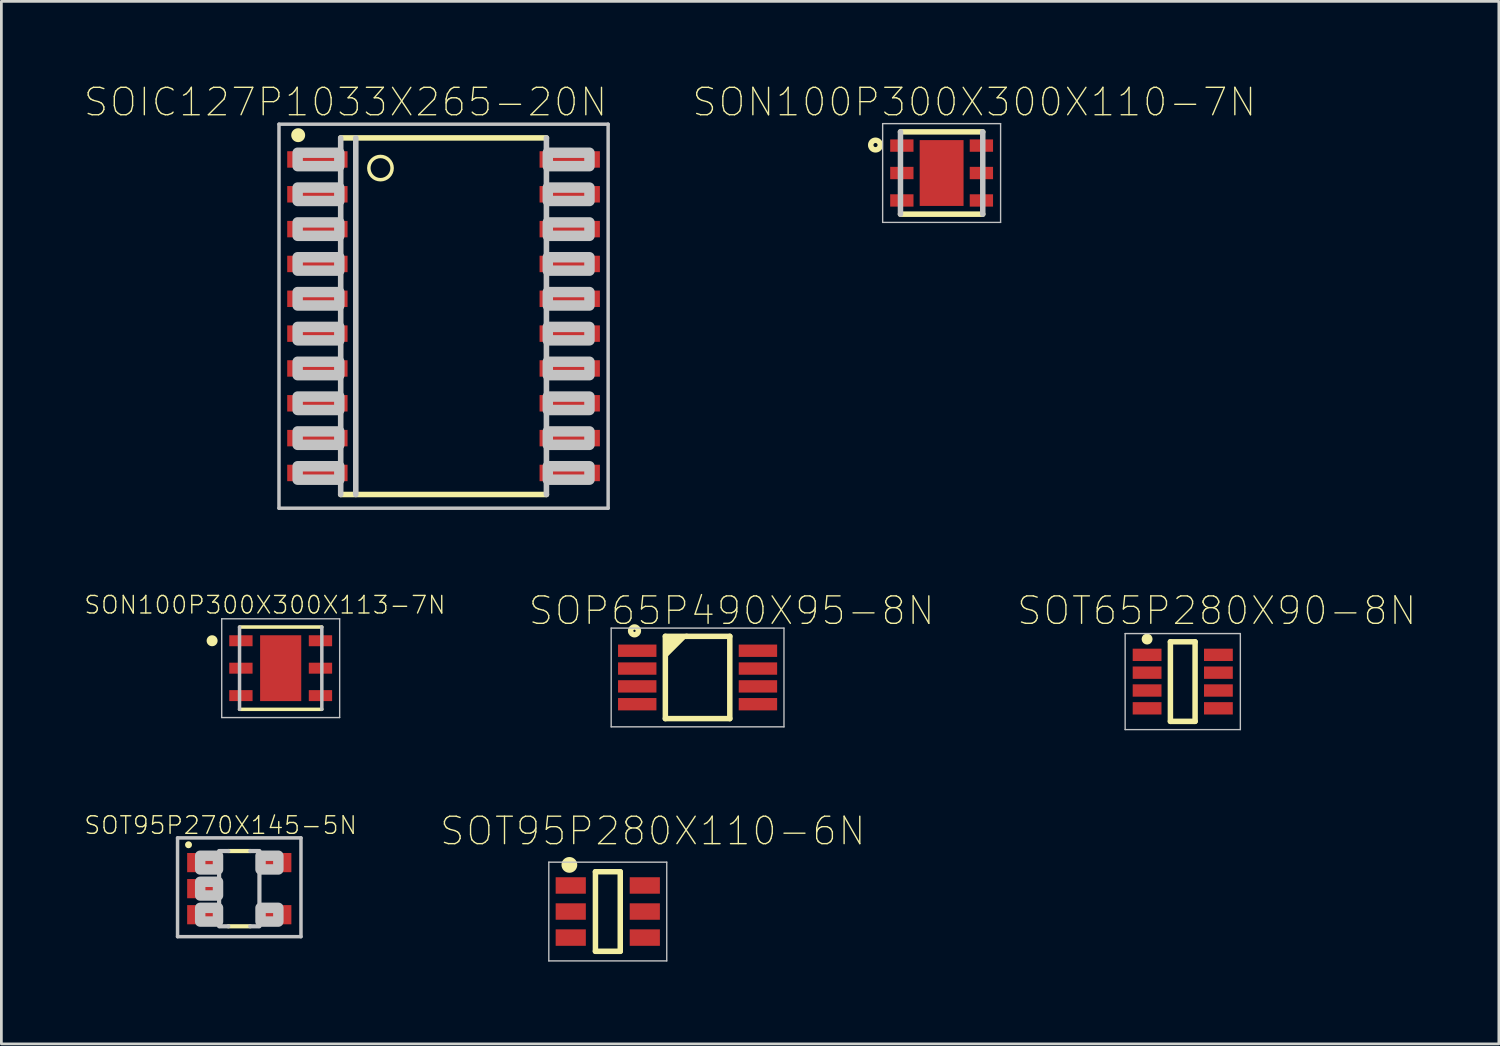
<source format=kicad_pcb>
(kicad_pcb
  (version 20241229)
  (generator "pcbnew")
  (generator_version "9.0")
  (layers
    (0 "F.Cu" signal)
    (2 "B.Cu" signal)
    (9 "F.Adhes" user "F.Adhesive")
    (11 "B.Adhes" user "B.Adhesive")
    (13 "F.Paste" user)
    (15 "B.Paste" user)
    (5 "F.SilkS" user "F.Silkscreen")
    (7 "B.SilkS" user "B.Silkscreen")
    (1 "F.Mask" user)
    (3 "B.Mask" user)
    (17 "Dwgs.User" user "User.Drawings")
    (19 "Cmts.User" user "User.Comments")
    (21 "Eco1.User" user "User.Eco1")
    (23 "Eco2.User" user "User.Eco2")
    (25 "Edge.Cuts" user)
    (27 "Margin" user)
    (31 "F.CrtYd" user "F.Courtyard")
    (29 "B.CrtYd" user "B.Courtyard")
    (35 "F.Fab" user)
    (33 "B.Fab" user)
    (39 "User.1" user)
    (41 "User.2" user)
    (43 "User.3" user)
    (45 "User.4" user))
  (footprint "SOT95P270X145-5N"
    (layer "F.Cu")
    (at 5.673 29.348)
    (property "Reference" "SOT95P270X145-5N" (at -0.679 -2.311 0) (layer "F.SilkS") (effects (font (size 0.64 0.64) (thickness 0.05))))
    (attr smd)
    (fp_line (start -0.4 -1.372) (end 0.4 -1.372) (stroke (width 0.152) (type solid)) (layer "F.SilkS"))
    (fp_line (start 0.4 1.372) (end -0.4 1.372) (stroke (width 0.152) (type solid)) (layer "F.SilkS"))
    (fp_circle (center -1.85 -1.6) (end -1.723 -1.6) (stroke (width 0) (type solid)) (fill yes) (layer "F.SilkS"))
    (fp_line (start -2.25 -1.85) (end -2.25 1.75) (stroke (width 0.127) (type solid)) (layer "Dwgs.User"))
    (fp_line (start -2.25 1.75) (end 2.25 1.75) (stroke (width 0.127) (type solid)) (layer "Dwgs.User"))
    (fp_line (start -0.735 1.372) (end -0.735 -1.372) (stroke (width 0.152) (type solid)) (layer "Dwgs.User"))
    (fp_line (start -0.4 -1.372) (end -0.7 -1.372) (stroke (width 0.152) (type solid)) (layer "Dwgs.User"))
    (fp_line (start -0.4 1.372) (end -0.7 1.372) (stroke (width 0.152) (type solid)) (layer "Dwgs.User"))
    (fp_line (start 0.4 -1.372) (end 0.7 -1.372) (stroke (width 0.152) (type solid)) (layer "Dwgs.User"))
    (fp_line (start 0.4 1.372) (end 0.7 1.372) (stroke (width 0.152) (type solid)) (layer "Dwgs.User"))
    (fp_line (start 0.735 -1.372) (end 0.735 1.372) (stroke (width 0.152) (type solid)) (layer "Dwgs.User"))
    (fp_line (start 2.25 -1.85) (end -2.25 -1.85) (stroke (width 0.127) (type solid)) (layer "Dwgs.User"))
    (fp_line (start 2.25 1.75) (end 2.25 -1.85) (stroke (width 0.127) (type solid)) (layer "Dwgs.User"))
    (fp_poly (pts (xy -0.775 -1.2) (xy -0.775 -0.7) (xy -1.425 -0.7) (xy -1.425 -1.2)) (stroke (width 0.381) (type solid)) (fill no) (layer "Dwgs.User"))
    (fp_poly (pts (xy -0.775 -0.25) (xy -0.775 0.25) (xy -1.425 0.25) (xy -1.425 -0.25)) (stroke (width 0.381) (type solid)) (fill no) (layer "Dwgs.User"))
    (fp_poly (pts (xy -0.775 0.7) (xy -0.775 1.2) (xy -1.425 1.2) (xy -1.425 0.7)) (stroke (width 0.381) (type solid)) (fill no) (layer "Dwgs.User"))
    (fp_poly (pts (xy 1.425 -1.2) (xy 1.425 -0.7) (xy 0.775 -0.7) (xy 0.775 -1.2)) (stroke (width 0.381) (type solid)) (fill no) (layer "Dwgs.User"))
    (fp_poly (pts (xy 1.425 0.7) (xy 1.425 1.2) (xy 0.775 1.2) (xy 0.775 0.7)) (stroke (width 0.381) (type solid)) (fill no) (layer "Dwgs.User"))
    (pad "1" smd rect (at -1.3 -0.95 270) (size 0.7 1.2) (layers "F.Cu" "F.Mask" "F.Paste"))
    (pad "2" smd rect (at -1.3 0 270) (size 0.7 1.2) (layers "F.Cu" "F.Mask" "F.Paste"))
    (pad "3" smd rect (at -1.3 0.95 270) (size 0.7 1.2) (layers "F.Cu" "F.Mask" "F.Paste"))
    (pad "4" smd rect (at 1.3 0.95 270) (size 0.7 1.2) (layers "F.Cu" "F.Mask" "F.Paste"))
    (pad "5" smd rect (at 1.3 -0.95 270) (size 0.7 1.2) (layers "F.Cu" "F.Mask" "F.Paste")))
  (footprint "SOIC127P1033X265-20N"
    (layer "F.Cu")
    (at 13.121 8.478)
    (property "Reference" "SOIC127P1033X265-20N" (at -3.575 -7.805 0) (layer "F.SilkS") (effects (font (size 1 1) (thickness 0.05))))
    (attr smd)
    (fp_line (start -3.75 -6.5) (end 3.75 -6.5) (stroke (width 0.203) (type solid)) (layer "F.SilkS"))
    (fp_line (start -3.75 6.5) (end 3.75 6.5) (stroke (width 0.203) (type solid)) (layer "F.SilkS"))
    (fp_circle (center -5.3 -6.6) (end -5.046 -6.6) (stroke (width 0) (type solid)) (fill yes) (layer "F.SilkS"))
    (fp_circle (center -2.3 -5.4) (end -1.876 -5.4) (stroke (width 0.127) (type solid)) (fill no) (layer "F.SilkS"))
    (fp_line (start -6 -7) (end 6 -7) (stroke (width 0.127) (type solid)) (layer "Dwgs.User"))
    (fp_line (start -6 7) (end -6 -7) (stroke (width 0.127) (type solid)) (layer "Dwgs.User"))
    (fp_line (start -3.75 6.5) (end -3.75 -6.5) (stroke (width 0.203) (type solid)) (layer "Dwgs.User"))
    (fp_line (start -3.2 6.5) (end -3.2 -6.5) (stroke (width 0.203) (type solid)) (layer "Dwgs.User"))
    (fp_line (start 3.75 -6.5) (end 3.75 6.5) (stroke (width 0.203) (type solid)) (layer "Dwgs.User"))
    (fp_line (start 6 -7) (end 6 7) (stroke (width 0.127) (type solid)) (layer "Dwgs.User"))
    (fp_line (start 6 7) (end -6 7) (stroke (width 0.127) (type solid)) (layer "Dwgs.User"))
    (fp_poly (pts (xy -3.8 -5.96) (xy -3.8 -5.47) (xy -5.32 -5.47) (xy -5.32 -5.96)) (stroke (width 0.381) (type solid)) (fill no) (layer "Dwgs.User"))
    (fp_poly (pts (xy -3.8 -4.69) (xy -3.8 -4.2) (xy -5.32 -4.2) (xy -5.32 -4.69)) (stroke (width 0.381) (type solid)) (fill no) (layer "Dwgs.User"))
    (fp_poly (pts (xy -3.8 -3.42) (xy -3.8 -2.93) (xy -5.32 -2.93) (xy -5.32 -3.42)) (stroke (width 0.381) (type solid)) (fill no) (layer "Dwgs.User"))
    (fp_poly (pts (xy -3.8 -2.15) (xy -3.8 -1.66) (xy -5.32 -1.66) (xy -5.32 -2.15)) (stroke (width 0.381) (type solid)) (fill no) (layer "Dwgs.User"))
    (fp_poly (pts (xy -3.8 -0.88) (xy -3.8 -0.39) (xy -5.32 -0.39) (xy -5.32 -0.88)) (stroke (width 0.381) (type solid)) (fill no) (layer "Dwgs.User"))
    (fp_poly (pts (xy -3.8 0.39) (xy -3.8 0.88) (xy -5.32 0.88) (xy -5.32 0.39)) (stroke (width 0.381) (type solid)) (fill no) (layer "Dwgs.User"))
    (fp_poly (pts (xy -3.8 1.66) (xy -3.8 2.15) (xy -5.32 2.15) (xy -5.32 1.66)) (stroke (width 0.381) (type solid)) (fill no) (layer "Dwgs.User"))
    (fp_poly (pts (xy -3.8 2.93) (xy -3.8 3.42) (xy -5.32 3.42) (xy -5.32 2.93)) (stroke (width 0.381) (type solid)) (fill no) (layer "Dwgs.User"))
    (fp_poly (pts (xy -3.8 4.2) (xy -3.8 4.69) (xy -5.32 4.69) (xy -5.32 4.2)) (stroke (width 0.381) (type solid)) (fill no) (layer "Dwgs.User"))
    (fp_poly (pts (xy -3.8 5.47) (xy -3.8 5.96) (xy -5.32 5.96) (xy -5.32 5.47)) (stroke (width 0.381) (type solid)) (fill no) (layer "Dwgs.User"))
    (fp_poly (pts (xy 5.32 -5.96) (xy 5.32 -5.47) (xy 3.8 -5.47) (xy 3.8 -5.96)) (stroke (width 0.381) (type solid)) (fill no) (layer "Dwgs.User"))
    (fp_poly (pts (xy 5.32 -4.69) (xy 5.32 -4.2) (xy 3.8 -4.2) (xy 3.8 -4.69)) (stroke (width 0.381) (type solid)) (fill no) (layer "Dwgs.User"))
    (fp_poly (pts (xy 5.32 -3.42) (xy 5.32 -2.93) (xy 3.8 -2.93) (xy 3.8 -3.42)) (stroke (width 0.381) (type solid)) (fill no) (layer "Dwgs.User"))
    (fp_poly (pts (xy 5.32 -2.15) (xy 5.32 -1.66) (xy 3.8 -1.66) (xy 3.8 -2.15)) (stroke (width 0.381) (type solid)) (fill no) (layer "Dwgs.User"))
    (fp_poly (pts (xy 5.32 -0.88) (xy 5.32 -0.39) (xy 3.8 -0.39) (xy 3.8 -0.88)) (stroke (width 0.381) (type solid)) (fill no) (layer "Dwgs.User"))
    (fp_poly (pts (xy 5.32 0.39) (xy 5.32 0.88) (xy 3.8 0.88) (xy 3.8 0.39)) (stroke (width 0.381) (type solid)) (fill no) (layer "Dwgs.User"))
    (fp_poly (pts (xy 5.32 1.66) (xy 5.32 2.15) (xy 3.8 2.15) (xy 3.8 1.66)) (stroke (width 0.381) (type solid)) (fill no) (layer "Dwgs.User"))
    (fp_poly (pts (xy 5.32 2.93) (xy 5.32 3.42) (xy 3.8 3.42) (xy 3.8 2.93)) (stroke (width 0.381) (type solid)) (fill no) (layer "Dwgs.User"))
    (fp_poly (pts (xy 5.32 4.2) (xy 5.32 4.69) (xy 3.8 4.69) (xy 3.8 4.2)) (stroke (width 0.381) (type solid)) (fill no) (layer "Dwgs.User"))
    (fp_poly (pts (xy 5.32 5.47) (xy 5.32 5.96) (xy 3.8 5.96) (xy 3.8 5.47)) (stroke (width 0.381) (type solid)) (fill no) (layer "Dwgs.User"))
    (pad "1" smd rect (at -4.6 -5.715 270) (size 0.6 2.2) (layers "F.Cu" "F.Mask" "F.Paste"))
    (pad "2" smd rect (at -4.6 -4.445 270) (size 0.6 2.2) (layers "F.Cu" "F.Mask" "F.Paste"))
    (pad "3" smd rect (at -4.6 -3.175 270) (size 0.6 2.2) (layers "F.Cu" "F.Mask" "F.Paste"))
    (pad "4" smd rect (at -4.6 -1.905 270) (size 0.6 2.2) (layers "F.Cu" "F.Mask" "F.Paste"))
    (pad "5" smd rect (at -4.6 -0.635 270) (size 0.6 2.2) (layers "F.Cu" "F.Mask" "F.Paste"))
    (pad "6" smd rect (at -4.6 0.635 270) (size 0.6 2.2) (layers "F.Cu" "F.Mask" "F.Paste"))
    (pad "7" smd rect (at -4.6 1.905 270) (size 0.6 2.2) (layers "F.Cu" "F.Mask" "F.Paste"))
    (pad "8" smd rect (at -4.6 3.175 270) (size 0.6 2.2) (layers "F.Cu" "F.Mask" "F.Paste"))
    (pad "9" smd rect (at -4.6 4.445 270) (size 0.6 2.2) (layers "F.Cu" "F.Mask" "F.Paste"))
    (pad "10" smd rect (at -4.6 5.715 270) (size 0.6 2.2) (layers "F.Cu" "F.Mask" "F.Paste"))
    (pad "11" smd rect (at 4.6 5.715 270) (size 0.6 2.2) (layers "F.Cu" "F.Mask" "F.Paste"))
    (pad "12" smd rect (at 4.6 4.445 270) (size 0.6 2.2) (layers "F.Cu" "F.Mask" "F.Paste"))
    (pad "13" smd rect (at 4.6 3.175 270) (size 0.6 2.2) (layers "F.Cu" "F.Mask" "F.Paste"))
    (pad "14" smd rect (at 4.6 1.905 270) (size 0.6 2.2) (layers "F.Cu" "F.Mask" "F.Paste"))
    (pad "15" smd rect (at 4.6 0.635 270) (size 0.6 2.2) (layers "F.Cu" "F.Mask" "F.Paste"))
    (pad "16" smd rect (at 4.6 -0.635 270) (size 0.6 2.2) (layers "F.Cu" "F.Mask" "F.Paste"))
    (pad "17" smd rect (at 4.6 -1.905 270) (size 0.6 2.2) (layers "F.Cu" "F.Mask" "F.Paste"))
    (pad "18" smd rect (at 4.6 -3.175 270) (size 0.6 2.2) (layers "F.Cu" "F.Mask" "F.Paste"))
    (pad "19" smd rect (at 4.6 -4.445 270) (size 0.6 2.2) (layers "F.Cu" "F.Mask" "F.Paste"))
    (pad "20" smd rect (at 4.6 -5.715 270) (size 0.6 2.2) (layers "F.Cu" "F.Mask" "F.Paste")))
  (footprint "SOP65P490X95-8N"
    (layer "F.Cu")
    (at 22.382 21.649)
    (property "Reference" "SOP65P490X95-8N" (at 1.24 -2.435 0) (layer "F.SilkS") (effects (font (size 1 1) (thickness 0.05))))
    (attr smd)
    (fp_line (start -1.2 -1.5) (end -0.4 -1.5) (stroke (width 0.05) (type solid)) (layer "F.SilkS"))
    (fp_line (start -1.175 -1.5) (end -0.4 -1.5) (stroke (width 0.2) (type solid)) (layer "F.SilkS"))
    (fp_line (start -1.175 1.5) (end -1.175 -1.5) (stroke (width 0.2) (type solid)) (layer "F.SilkS"))
    (fp_line (start -0.4 -1.5) (end -1.2 -0.7) (stroke (width 0.05) (type solid)) (layer "F.SilkS"))
    (fp_line (start -0.4 -1.5) (end 1.175 -1.5) (stroke (width 0.2) (type solid)) (layer "F.SilkS"))
    (fp_line (start 1.175 -1.5) (end 1.175 1.5) (stroke (width 0.2) (type solid)) (layer "F.SilkS"))
    (fp_line (start 1.175 1.5) (end -1.175 1.5) (stroke (width 0.2) (type solid)) (layer "F.SilkS"))
    (fp_circle (center -2.3 -1.7) (end -2.159 -1.7) (stroke (width 0.2) (type solid)) (fill no) (layer "F.SilkS"))
    (fp_poly (pts (xy -1.2 -0.7) (xy -0.4 -1.5) (xy -1.2 -1.5)) (stroke (width 0.05) (type solid)) (fill yes) (layer "F.SilkS"))
    (fp_line (start -3.15 -1.8) (end 3.15 -1.8) (stroke (width 0.05) (type solid)) (layer "Dwgs.User"))
    (fp_line (start -3.15 1.8) (end -3.15 -1.8) (stroke (width 0.05) (type solid)) (layer "Dwgs.User"))
    (fp_line (start 3.15 -1.8) (end 3.15 1.8) (stroke (width 0.05) (type solid)) (layer "Dwgs.User"))
    (fp_line (start 3.15 1.8) (end -3.15 1.8) (stroke (width 0.05) (type solid)) (layer "Dwgs.User"))
    (pad "1" smd rect (at -2.2 -0.975) (size 1.4 0.45) (layers "F.Cu" "F.Mask" "F.Paste"))
    (pad "2" smd rect (at -2.2 -0.325) (size 1.4 0.45) (layers "F.Cu" "F.Mask" "F.Paste"))
    (pad "3" smd rect (at -2.2 0.325) (size 1.4 0.45) (layers "F.Cu" "F.Mask" "F.Paste"))
    (pad "4" smd rect (at -2.2 0.975) (size 1.4 0.45) (layers "F.Cu" "F.Mask" "F.Paste"))
    (pad "5" smd rect (at 2.2 0.975 180) (size 1.4 0.45) (layers "F.Cu" "F.Mask" "F.Paste"))
    (pad "6" smd rect (at 2.2 0.325 180) (size 1.4 0.45) (layers "F.Cu" "F.Mask" "F.Paste"))
    (pad "7" smd rect (at 2.2 -0.325 180) (size 1.4 0.45) (layers "F.Cu" "F.Mask" "F.Paste"))
    (pad "8" smd rect (at 2.2 -0.975 180) (size 1.4 0.45) (layers "F.Cu" "F.Mask" "F.Paste")))
  (footprint "SOT65P280X90-8N"
    (layer "F.Cu")
    (at 40.07 21.799)
    (property "Reference" "SOT65P280X90-8N" (at 1.24 -2.585 0) (layer "F.SilkS") (effects (font (size 1 1) (thickness 0.05))))
    (attr smd)
    (fp_line (start -0.45 -1.45) (end 0.45 -1.45) (stroke (width 0.2) (type solid)) (layer "F.SilkS"))
    (fp_line (start -0.45 1.45) (end -0.45 -1.45) (stroke (width 0.2) (type solid)) (layer "F.SilkS"))
    (fp_line (start 0.45 -1.45) (end 0.45 1.45) (stroke (width 0.2) (type solid)) (layer "F.SilkS"))
    (fp_line (start 0.45 1.45) (end -0.45 1.45) (stroke (width 0.2) (type solid)) (layer "F.SilkS"))
    (fp_circle (center -1.3 -1.55) (end -1.2 -1.55) (stroke (width 0.2) (type solid)) (fill no) (layer "F.SilkS"))
    (fp_line (start -2.1 -1.75) (end 2.1 -1.75) (stroke (width 0.05) (type solid)) (layer "Dwgs.User"))
    (fp_line (start -2.1 1.75) (end -2.1 -1.75) (stroke (width 0.05) (type solid)) (layer "Dwgs.User"))
    (fp_line (start 2.1 -1.75) (end 2.1 1.75) (stroke (width 0.05) (type solid)) (layer "Dwgs.User"))
    (fp_line (start 2.1 1.75) (end -2.1 1.75) (stroke (width 0.05) (type solid)) (layer "Dwgs.User"))
    (pad "1" smd rect (at -1.3 -0.975) (size 1.05 0.45) (layers "F.Cu" "F.Mask" "F.Paste"))
    (pad "2" smd rect (at -1.3 -0.325) (size 1.05 0.45) (layers "F.Cu" "F.Mask" "F.Paste"))
    (pad "3" smd rect (at -1.3 0.325) (size 1.05 0.45) (layers "F.Cu" "F.Mask" "F.Paste"))
    (pad "4" smd rect (at -1.3 0.975) (size 1.05 0.45) (layers "F.Cu" "F.Mask" "F.Paste"))
    (pad "5" smd rect (at 1.3 0.975) (size 1.05 0.45) (layers "F.Cu" "F.Mask" "F.Paste"))
    (pad "6" smd rect (at 1.3 0.325) (size 1.05 0.45) (layers "F.Cu" "F.Mask" "F.Paste"))
    (pad "7" smd rect (at 1.3 -0.325) (size 1.05 0.45) (layers "F.Cu" "F.Mask" "F.Paste"))
    (pad "8" smd rect (at 1.3 -0.975) (size 1.05 0.45) (layers "F.Cu" "F.Mask" "F.Paste")))
  (footprint "SON100P300X300X110-7N"
    (layer "F.Cu")
    (at 31.279 3.258)
    (property "Reference" "SON100P300X300X110-7N" (at 1.19 -2.585 0) (layer "F.SilkS") (effects (font (size 1 1) (thickness 0.05))))
    (attr smd)
    (fp_line (start -1.5 -1.5) (end 1.5 -1.5) (stroke (width 0.2) (type solid)) (layer "F.SilkS"))
    (fp_line (start 1.5 1.5) (end -1.5 1.5) (stroke (width 0.2) (type solid)) (layer "F.SilkS"))
    (fp_circle (center -2.41 -1.02) (end -2.235 -1.02) (stroke (width 0.2) (type solid)) (fill no) (layer "F.SilkS"))
    (fp_poly (pts (xy -0.45 -0.85) (xy 0.45 -0.85) (xy 0.45 0.85) (xy -0.45 0.85)) (stroke (width 0.381) (type solid)) (fill yes) (layer "F.Paste"))
    (fp_line (start -2.15 -1.8) (end 2.15 -1.8) (stroke (width 0.05) (type solid)) (layer "Dwgs.User"))
    (fp_line (start -2.15 1.8) (end -2.15 -1.8) (stroke (width 0.05) (type solid)) (layer "Dwgs.User"))
    (fp_line (start -1.5 1.5) (end -1.5 -1.5) (stroke (width 0.2) (type solid)) (layer "Dwgs.User"))
    (fp_line (start 1.5 -1.5) (end 1.5 1.5) (stroke (width 0.2) (type solid)) (layer "Dwgs.User"))
    (fp_line (start 2.15 -1.8) (end 2.15 1.8) (stroke (width 0.05) (type solid)) (layer "Dwgs.User"))
    (fp_line (start 2.15 1.8) (end -2.15 1.8) (stroke (width 0.05) (type solid)) (layer "Dwgs.User"))
    (pad "1" smd rect (at -1.45 -1) (size 0.85 0.45) (layers "F.Cu" "F.Mask" "F.Paste"))
    (pad "2" smd rect (at -1.45 0) (size 0.85 0.45) (layers "F.Cu" "F.Mask" "F.Paste"))
    (pad "3" smd rect (at -1.45 1) (size 0.85 0.45) (layers "F.Cu" "F.Mask" "F.Paste"))
    (pad "4" smd rect (at 1.45 1 180) (size 0.85 0.45) (layers "F.Cu" "F.Mask" "F.Paste"))
    (pad "5" smd rect (at 1.45 0 180) (size 0.85 0.45) (layers "F.Cu" "F.Mask" "F.Paste"))
    (pad "6" smd rect (at 1.45 -1 180) (size 0.85 0.45) (layers "F.Cu" "F.Mask" "F.Paste"))
    (pad "7" smd rect (at 0 0) (size 1.6 2.4) (layers "F.Cu" "F.Mask" "F.Paste")))
  (footprint "SOT95P280X110-6N"
    (layer "F.Cu")
    (at 19.108 30.182)
    (property "Reference" "SOT95P280X110-6N" (at 1.64 -2.935 0) (layer "F.SilkS") (effects (font (size 1 1) (thickness 0.05))))
    (attr smd)
    (fp_line (start -0.45 -1.45) (end -0.45 1.45) (stroke (width 0.2) (type solid)) (layer "F.SilkS"))
    (fp_line (start -0.45 1.45) (end 0.455 1.45) (stroke (width 0.2) (type solid)) (layer "F.SilkS"))
    (fp_line (start 0.455 -1.45) (end -0.45 -1.45) (stroke (width 0.2) (type solid)) (layer "F.SilkS"))
    (fp_line (start 0.455 1.45) (end 0.455 -1.45) (stroke (width 0.2) (type solid)) (layer "F.SilkS"))
    (fp_circle (center -1.4 -1.7) (end -1.3 -1.7) (stroke (width 0.127) (type solid)) (fill no) (layer "F.SilkS"))
    (fp_circle (center -1.4 -1.7) (end -1.259 -1.7) (stroke (width 0.127) (type solid)) (fill no) (layer "F.SilkS"))
    (fp_circle (center -1.4 -1.7) (end -1.176 -1.7) (stroke (width 0.127) (type solid)) (fill no) (layer "F.SilkS"))
    (fp_circle (center -1.4 -1.6) (end -1.3 -1.6) (stroke (width 0.127) (type solid)) (fill no) (layer "F.SilkS"))
    (fp_line (start -2.15 -1.8) (end 2.15 -1.8) (stroke (width 0.05) (type solid)) (layer "Dwgs.User"))
    (fp_line (start -2.15 1.8) (end -2.15 -1.8) (stroke (width 0.05) (type solid)) (layer "Dwgs.User"))
    (fp_line (start 2.15 -1.8) (end 2.15 1.8) (stroke (width 0.05) (type solid)) (layer "Dwgs.User"))
    (fp_line (start 2.15 1.8) (end -2.15 1.8) (stroke (width 0.05) (type solid)) (layer "Dwgs.User"))
    (pad "1" smd rect (at -1.35 -0.95) (size 1.1 0.6) (layers "F.Cu" "F.Mask" "F.Paste"))
    (pad "2" smd rect (at -1.35 0) (size 1.1 0.6) (layers "F.Cu" "F.Mask" "F.Paste"))
    (pad "3" smd rect (at -1.35 0.95) (size 1.1 0.6) (layers "F.Cu" "F.Mask" "F.Paste"))
    (pad "4" smd rect (at 1.35 0.95 180) (size 1.1 0.6) (layers "F.Cu" "F.Mask" "F.Paste"))
    (pad "5" smd rect (at 1.35 0 180) (size 1.1 0.6) (layers "F.Cu" "F.Mask" "F.Paste"))
    (pad "6" smd rect (at 1.35 -0.95 180) (size 1.1 0.6) (layers "F.Cu" "F.Mask" "F.Paste")))
  (footprint "SON100P300X300X113-7N"
    (layer "F.Cu")
    (at 7.183 21.31)
    (property "Reference" "SON100P300X300X113-7N" (at -0.574 -2.306 0) (layer "F.SilkS") (effects (font (size 0.64 0.64) (thickness 0.05))))
    (attr smd)
    (fp_line (start -1.5 -1.5) (end 1.5 -1.5) (stroke (width 0.127) (type solid)) (layer "F.SilkS"))
    (fp_line (start 1.5 1.5) (end -1.5 1.5) (stroke (width 0.127) (type solid)) (layer "F.SilkS"))
    (fp_circle (center -2.5 -1) (end -2.3 -1) (stroke (width 0) (type solid)) (fill yes) (layer "F.SilkS"))
    (fp_poly (pts (xy -0.415 -0.865) (xy 0.415 -0.865) (xy 0.415 0.865) (xy -0.415 0.865)) (stroke (width 0.381) (type solid)) (fill yes) (layer "F.Paste"))
    (fp_line (start -2.15 -1.8) (end 2.15 -1.8) (stroke (width 0.05) (type solid)) (layer "Dwgs.User"))
    (fp_line (start -2.15 1.8) (end -2.15 -1.8) (stroke (width 0.05) (type solid)) (layer "Dwgs.User"))
    (fp_line (start -1.5 1.5) (end -1.5 -1.5) (stroke (width 0.127) (type solid)) (layer "Dwgs.User"))
    (fp_line (start 1.5 -1.5) (end 1.5 1.5) (stroke (width 0.127) (type solid)) (layer "Dwgs.User"))
    (fp_line (start 2.15 -1.8) (end 2.15 1.8) (stroke (width 0.05) (type solid)) (layer "Dwgs.User"))
    (fp_line (start 2.15 1.8) (end -2.15 1.8) (stroke (width 0.05) (type solid)) (layer "Dwgs.User"))
    (pad "1" smd rect (at -1.45 -1) (size 0.85 0.4) (layers "F.Cu" "F.Mask" "F.Paste"))
    (pad "2" smd rect (at -1.45 0) (size 0.85 0.4) (layers "F.Cu" "F.Mask" "F.Paste"))
    (pad "3" smd rect (at -1.45 1) (size 0.85 0.4) (layers "F.Cu" "F.Mask" "F.Paste"))
    (pad "4" smd rect (at 1.45 1) (size 0.85 0.4) (layers "F.Cu" "F.Mask" "F.Paste"))
    (pad "5" smd rect (at 1.45 0) (size 0.85 0.4) (layers "F.Cu" "F.Mask" "F.Paste"))
    (pad "6" smd rect (at 1.45 -1) (size 0.85 0.4) (layers "F.Cu" "F.Mask" "F.Paste"))
    (pad "7" smd rect (at 0 0) (size 1.5 2.4) (layers "F.Cu" "F.Mask" "F.Paste")))
  (gr_rect
    (start -3 -3)
    (end 51.594 35.007)
    (stroke (width 0.1) (type default))
    (fill no)
    (layer "Edge.Cuts")))
</source>
